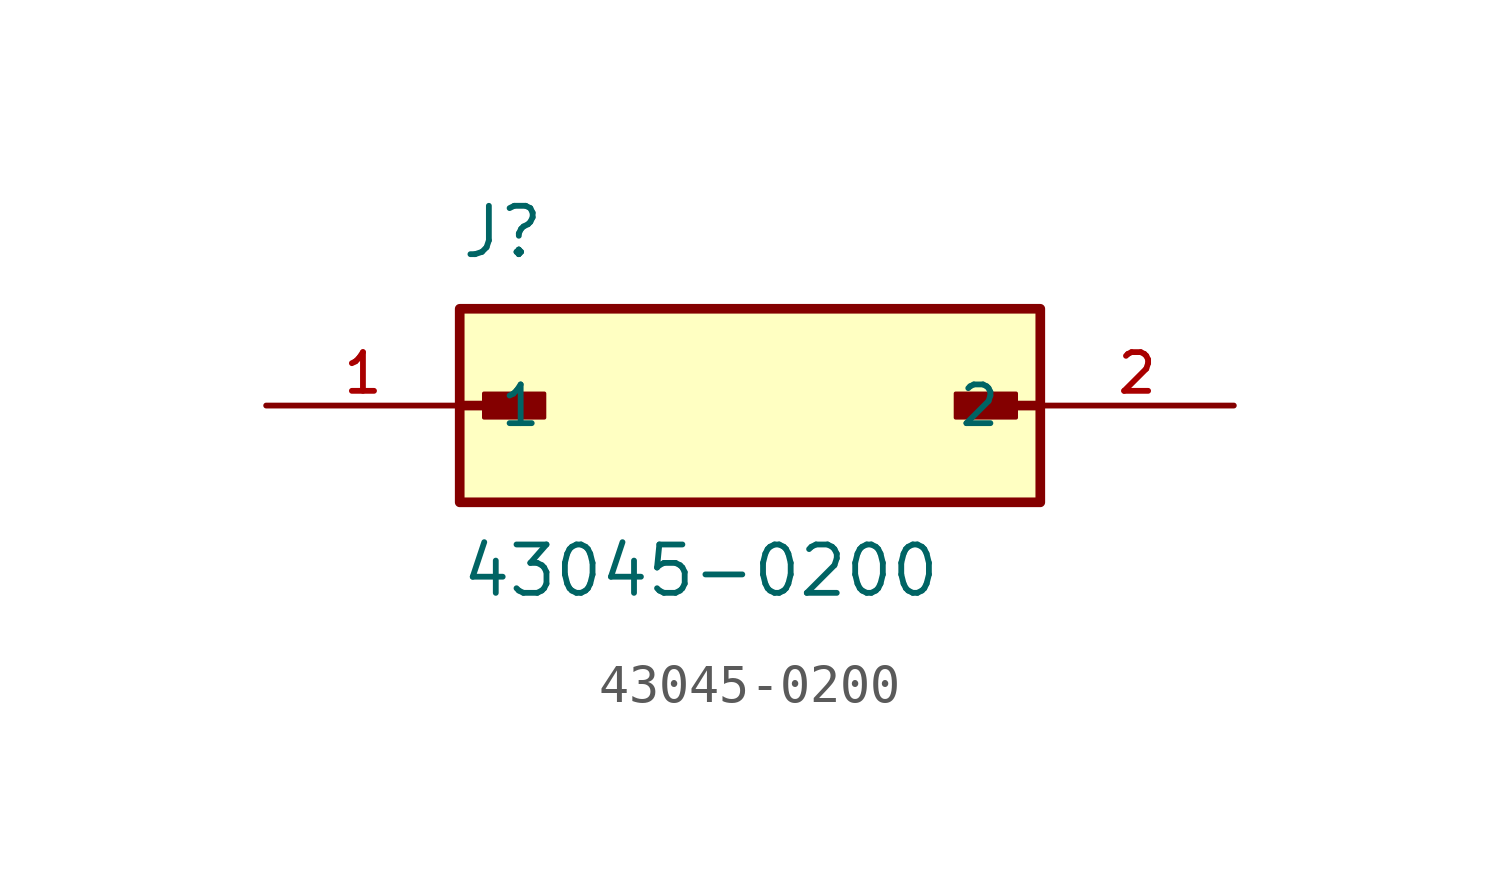
<source format=kicad_sym>
(kicad_symbol_lib
  (version 20211014)
  (generator kicad_symbol_editor)
  (symbol "43045-0200"
    (pin_names
      (offset 1.016))
    (property "Reference" "J"
      (at -7.62 3.81 0)
      (effects (font (size 1.27 1.27)) (justify bottom left)))
    (property "Value" "43045-0200"
      (at -7.62 -5.08 0)
      (effects (font (size 1.27 1.27)) (justify bottom left)))
    (symbol "43045-0200_0_0"
      (polyline (pts (xy -7.62 0.0) (xy -5.715 0.0)) (stroke (width 0.254)))
      (rectangle (start -6.985 -0.318) (end -5.397 0.318) (stroke (width 0.1)) (fill (type outline)))
      (polyline (pts (xy 7.62 0.0) (xy 5.715 0.0)) (stroke (width 0.254)))
      (rectangle (start 5.397 -0.318) (end 6.985 0.318) (stroke (width 0.1)) (fill (type outline)))
      (rectangle (start -7.62 -2.54) (end 7.62 2.54) (stroke (width 0.254)) (fill (type background)))
      (pin passive line (at -12.7 0.0 0) (length 5.08) (name "1" (effects (font (size 1.016 1.016)))) (number "1" (effects (font (size 1.016 1.016)))))
      (pin passive line (at 12.7 0.0 180.0) (length 5.08) (name "2" (effects (font (size 1.016 1.016)))) (number "2" (effects (font (size 1.016 1.016))))))))
</source>
